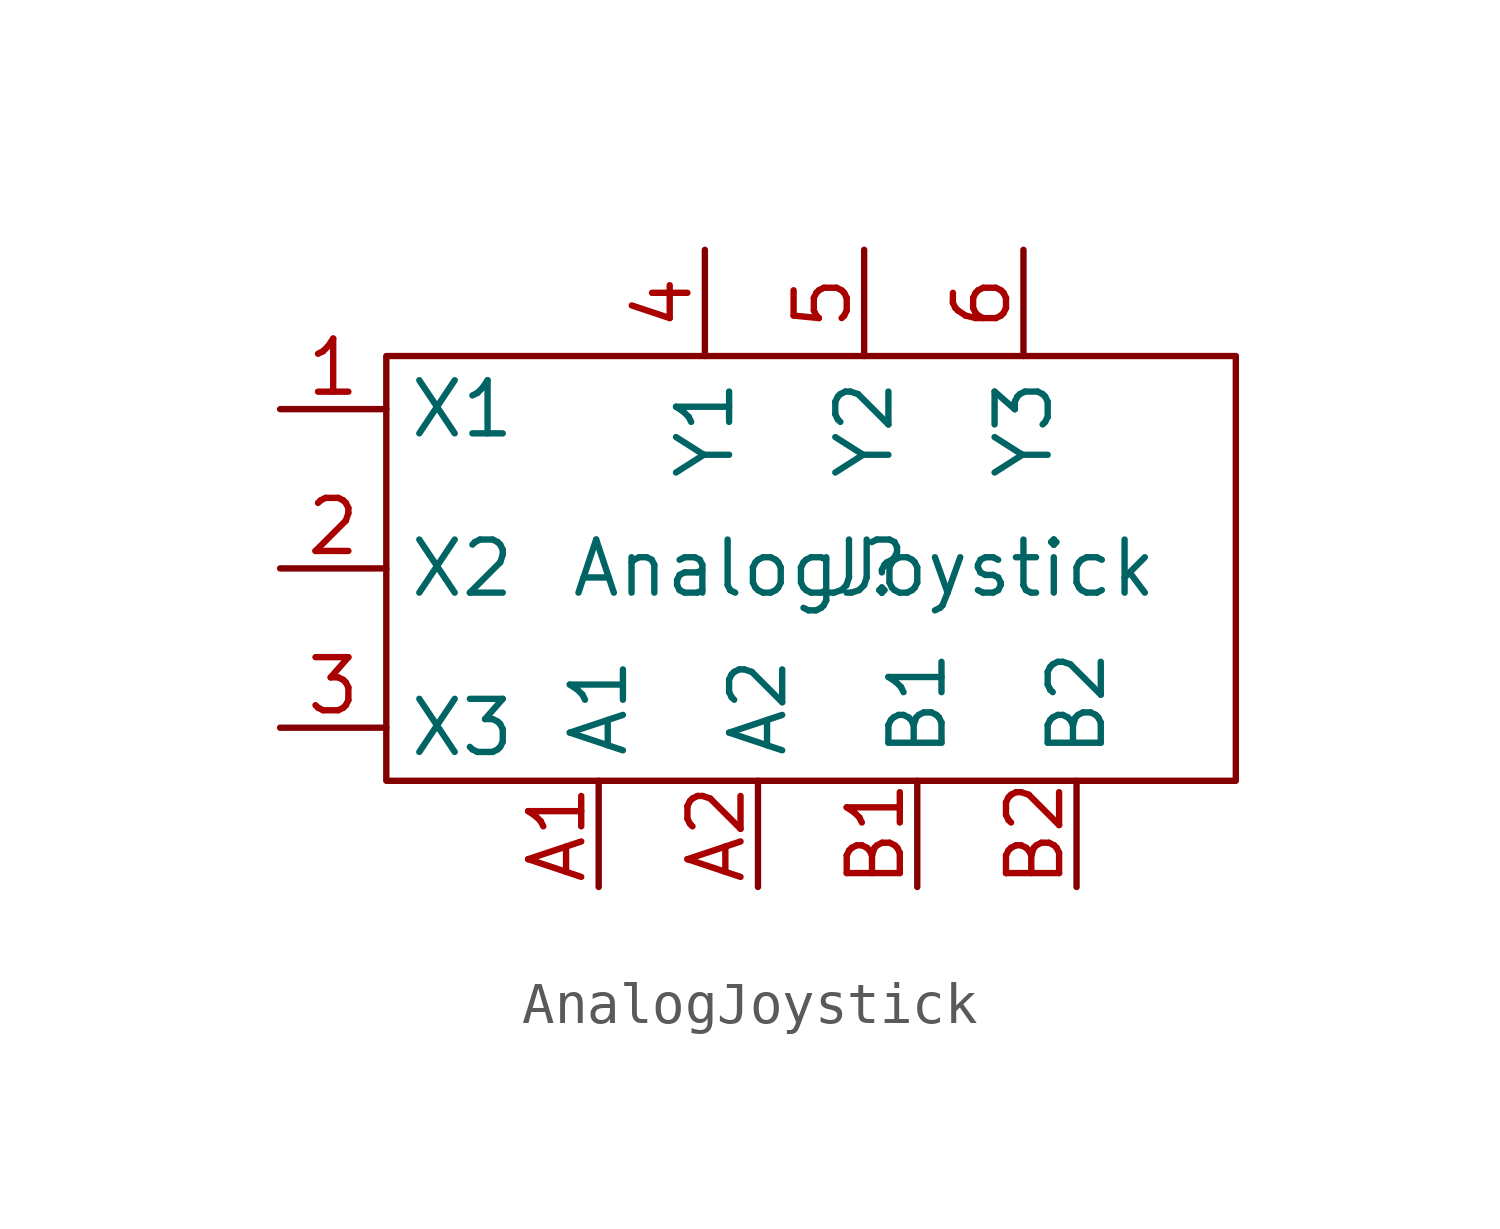
<source format=kicad_sym>
(kicad_symbol_lib
  (version 20211014)
  (generator kicad_symbol_editor)
  (symbol "AnalogJoystick"
    (property "Reference" "J"
      (at 0 0 0)
      (effects (font (size 1.27 1.27))))
    (property "Value" "AnalogJoystick"
      (at 0 0 0)
      (effects (font (size 1.27 1.27))))
    (symbol "AnalogJoystick_0_1"
      (rectangle (start -11.43 5.08) (end 8.89 -5.08) (stroke (width 0) (type default) (color 0 0 0 0)) (fill (type none))))
    (symbol "AnalogJoystick_1_1"
      (pin input line (at -13.97 3.81 0) (length 2.54) (name "X1" (effects (font (size 1.27 1.27)))) (number "1" (effects (font (size 1.27 1.27)))))
      (pin input line (at -13.97 0 0) (length 2.54) (name "X2" (effects (font (size 1.27 1.27)))) (number "2" (effects (font (size 1.27 1.27)))))
      (pin input line (at -13.97 -3.81 0) (length 2.54) (name "X3" (effects (font (size 1.27 1.27)))) (number "3" (effects (font (size 1.27 1.27)))))
      (pin input line (at -3.81 7.62 270) (length 2.54) (name "Y1" (effects (font (size 1.27 1.27)))) (number "4" (effects (font (size 1.27 1.27)))))
      (pin input line (at 0 7.62 270) (length 2.54) (name "Y2" (effects (font (size 1.27 1.27)))) (number "5" (effects (font (size 1.27 1.27)))))
      (pin input line (at 3.81 7.62 270) (length 2.54) (name "Y3" (effects (font (size 1.27 1.27)))) (number "6" (effects (font (size 1.27 1.27)))))
      (pin input line (at -6.35 -7.62 90) (length 2.54) (name "A1" (effects (font (size 1.27 1.27)))) (number "A1" (effects (font (size 1.27 1.27)))))
      (pin input line (at -2.54 -7.62 90) (length 2.54) (name "A2" (effects (font (size 1.27 1.27)))) (number "A2" (effects (font (size 1.27 1.27)))))
      (pin input line (at 1.27 -7.62 90) (length 2.54) (name "B1" (effects (font (size 1.27 1.27)))) (number "B1" (effects (font (size 1.27 1.27)))))
      (pin input line (at 5.08 -7.62 90) (length 2.54) (name "B2" (effects (font (size 1.27 1.27)))) (number "B2" (effects (font (size 1.27 1.27))))))))
</source>
